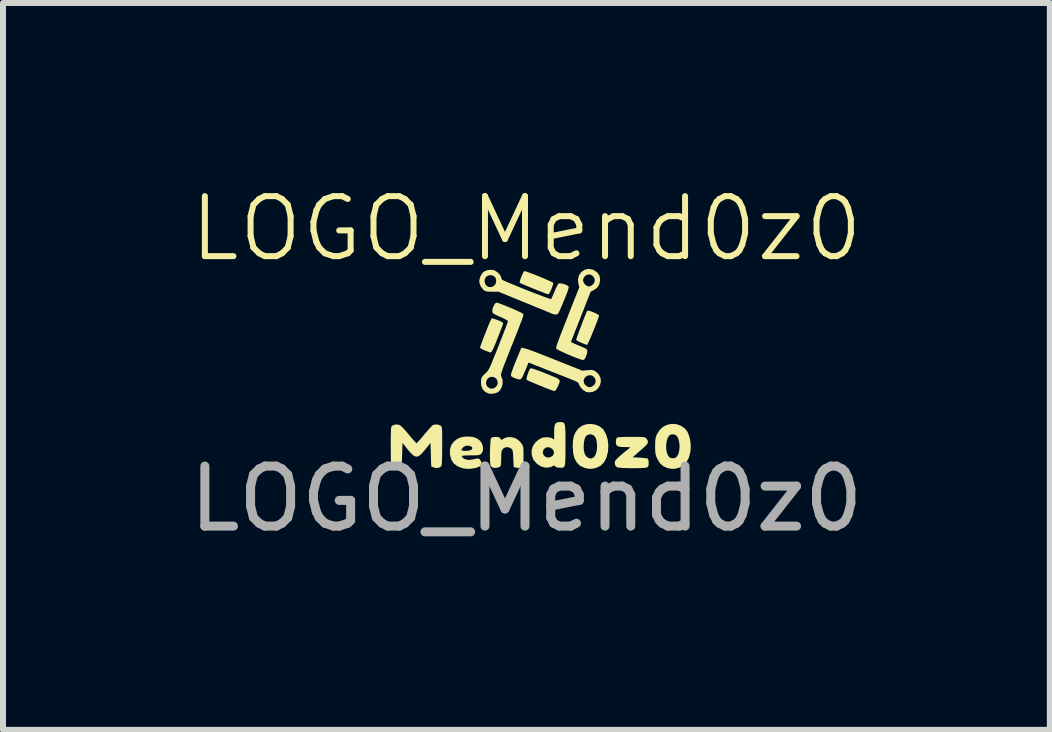
<source format=kicad_pcb>
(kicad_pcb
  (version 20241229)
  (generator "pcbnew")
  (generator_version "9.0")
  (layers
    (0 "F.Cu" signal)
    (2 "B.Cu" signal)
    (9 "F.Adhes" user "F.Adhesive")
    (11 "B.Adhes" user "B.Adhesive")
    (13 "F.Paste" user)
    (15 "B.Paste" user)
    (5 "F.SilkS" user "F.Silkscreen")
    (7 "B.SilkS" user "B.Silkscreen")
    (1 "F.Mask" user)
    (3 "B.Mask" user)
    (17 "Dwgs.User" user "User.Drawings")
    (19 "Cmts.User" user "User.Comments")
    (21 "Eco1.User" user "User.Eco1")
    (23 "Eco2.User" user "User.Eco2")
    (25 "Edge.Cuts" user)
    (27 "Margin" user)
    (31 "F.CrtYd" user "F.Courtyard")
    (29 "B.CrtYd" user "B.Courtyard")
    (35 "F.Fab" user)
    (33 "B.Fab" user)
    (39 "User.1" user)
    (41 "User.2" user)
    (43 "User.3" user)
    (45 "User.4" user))
  (footprint "LOGO_Mend0z0"
    (layer "F.Cu")
    (at 5.72 2.76)
    (property "Reference" "LOGO_Mend0z0" (at 0 -2 0) (unlocked yes) (layer "F.SilkS") (effects (font (size 1 1) (thickness 0.1))))
    (fp_poly (pts (xy 0.118 0.336) (xy 0.175 0.355) (xy 0.254 0.385) (xy 0.322 0.412) (xy 0.405 0.445) (xy 0.467 0.471) (xy 0.511 0.491) (xy 0.539 0.509) (xy 0.552 0.527) (xy 0.554 0.548) (xy 0.547 0.574) (xy 0.532 0.607) (xy 0.519 0.637) (xy 0.496 0.68) (xy 0.476 0.702) (xy 0.466 0.704) (xy 0.447 0.7) (xy 0.409 0.686) (xy 0.357 0.667) (xy 0.293 0.642) (xy 0.229 0.616) (xy 0.161 0.588) (xy 0.1 0.562) (xy 0.051 0.541) (xy 0.017 0.525) (xy 0.004 0.517) (xy 0.002 0.501) (xy 0.008 0.468) (xy 0.02 0.427) (xy 0.035 0.386) (xy 0.05 0.35) (xy 0.064 0.328) (xy 0.066 0.327) (xy 0.082 0.326)) (stroke (width 0) (type solid)) (fill yes) (layer "F.SilkS"))
    (fp_poly (pts (xy -0.019 -1.291) (xy 0.015 -1.28) (xy 0.064 -1.262) (xy 0.123 -1.24) (xy 0.187 -1.214) (xy 0.253 -1.187) (xy 0.315 -1.161) (xy 0.37 -1.137) (xy 0.413 -1.117) (xy 0.44 -1.103) (xy 0.447 -1.097) (xy 0.444 -1.079) (xy 0.435 -1.045) (xy 0.419 -1.002) (xy 0.417 -0.995) (xy 0.393 -0.943) (xy 0.374 -0.914) (xy 0.362 -0.908) (xy 0.344 -0.913) (xy 0.308 -0.926) (xy 0.256 -0.946) (xy 0.192 -0.971) (xy 0.121 -0.999) (xy 0.119 -1) (xy 0.049 -1.029) (xy -0.013 -1.054) (xy -0.063 -1.076) (xy -0.097 -1.091) (xy -0.112 -1.099) (xy -0.112 -1.099) (xy -0.112 -1.114) (xy -0.104 -1.145) (xy -0.09 -1.185) (xy -0.073 -1.226) (xy -0.056 -1.263) (xy -0.042 -1.287) (xy -0.036 -1.293)) (stroke (width 0) (type solid)) (fill yes) (layer "F.SilkS"))
    (fp_poly (pts (xy 1.063 -0.627) (xy 1.102 -0.613) (xy 1.144 -0.595) (xy 1.18 -0.577) (xy 1.204 -0.561) (xy 1.21 -0.552) (xy 1.204 -0.531) (xy 1.191 -0.493) (xy 1.172 -0.441) (xy 1.149 -0.381) (xy 1.123 -0.316) (xy 1.096 -0.251) (xy 1.071 -0.19) (xy 1.047 -0.136) (xy 1.028 -0.095) (xy 1.015 -0.07) (xy 1.011 -0.064) (xy 0.993 -0.069) (xy 0.959 -0.082) (xy 0.917 -0.099) (xy 0.916 -0.099) (xy 0.875 -0.118) (xy 0.844 -0.135) (xy 0.83 -0.147) (xy 0.83 -0.148) (xy 0.833 -0.163) (xy 0.844 -0.197) (xy 0.861 -0.245) (xy 0.882 -0.304) (xy 0.907 -0.369) (xy 0.932 -0.435) (xy 0.956 -0.498) (xy 0.979 -0.554) (xy 0.997 -0.598) (xy 1.01 -0.626) (xy 1.015 -0.634) (xy 1.031 -0.635)) (stroke (width 0) (type solid)) (fill yes) (layer "F.SilkS"))
    (fp_poly (pts (xy -0.564 -0.505) (xy -0.531 -0.496) (xy -0.487 -0.48) (xy -0.475 -0.476) (xy -0.429 -0.456) (xy -0.402 -0.441) (xy -0.39 -0.429) (xy -0.389 -0.416) (xy -0.39 -0.411) (xy -0.397 -0.391) (xy -0.412 -0.352) (xy -0.433 -0.298) (xy -0.458 -0.233) (xy -0.486 -0.161) (xy -0.486 -0.161) (xy -0.52 -0.077) (xy -0.546 -0.016) (xy -0.566 0.026) (xy -0.581 0.051) (xy -0.592 0.061) (xy -0.595 0.062) (xy -0.617 0.057) (xy -0.653 0.044) (xy -0.694 0.028) (xy -0.734 0.01) (xy -0.762 -0.006) (xy -0.773 -0.018) (xy -0.769 -0.035) (xy -0.756 -0.071) (xy -0.738 -0.121) (xy -0.716 -0.18) (xy -0.69 -0.245) (xy -0.664 -0.311) (xy -0.639 -0.374) (xy -0.616 -0.429) (xy -0.597 -0.472) (xy -0.585 -0.499) (xy -0.581 -0.506)) (stroke (width 0) (type solid)) (fill yes) (layer "F.SilkS"))
    (fp_poly (pts (xy 1.145 1.263) (xy 1.214 1.29) (xy 1.271 1.334) (xy 1.286 1.352) (xy 1.327 1.425) (xy 1.354 1.512) (xy 1.365 1.609) (xy 1.359 1.708) (xy 1.356 1.726) (xy 1.331 1.82) (xy 1.291 1.894) (xy 1.237 1.948) (xy 1.169 1.982) (xy 1.162 1.985) (xy 1.094 2) (xy 1.032 1.999) (xy 0.965 1.984) (xy 0.895 1.951) (xy 0.841 1.899) (xy 0.802 1.829) (xy 0.779 1.74) (xy 0.771 1.63) (xy 0.771 1.619) (xy 0.771 1.618) (xy 0.954 1.618) (xy 0.956 1.68) (xy 0.959 1.707) (xy 0.975 1.761) (xy 1.004 1.8) (xy 1.04 1.823) (xy 1.08 1.828) (xy 1.118 1.811) (xy 1.129 1.802) (xy 1.153 1.763) (xy 1.17 1.707) (xy 1.177 1.641) (xy 1.175 1.574) (xy 1.164 1.512) (xy 1.15 1.477) (xy 1.12 1.442) (xy 1.079 1.426) (xy 1.036 1.428) (xy 0.998 1.45) (xy 0.984 1.468) (xy 0.969 1.504) (xy 0.959 1.557) (xy 0.954 1.618) (xy 0.771 1.618) (xy 0.776 1.526) (xy 0.791 1.451) (xy 0.82 1.388) (xy 0.862 1.332) (xy 0.868 1.326) (xy 0.926 1.283) (xy 0.995 1.259) (xy 1.07 1.252)) (stroke (width 0) (type solid)) (fill yes) (layer "F.SilkS"))
    (fp_poly (pts (xy 2.499 1.256) (xy 2.574 1.283) (xy 2.644 1.332) (xy 2.644 1.333) (xy 2.682 1.382) (xy 2.71 1.45) (xy 2.729 1.529) (xy 2.738 1.615) (xy 2.734 1.7) (xy 2.73 1.726) (xy 2.704 1.82) (xy 2.664 1.894) (xy 2.611 1.948) (xy 2.543 1.982) (xy 2.535 1.985) (xy 2.467 2) (xy 2.405 1.999) (xy 2.339 1.984) (xy 2.276 1.954) (xy 2.225 1.908) (xy 2.183 1.84) (xy 2.177 1.828) (xy 2.162 1.792) (xy 2.152 1.758) (xy 2.147 1.72) (xy 2.145 1.668) (xy 2.144 1.625) (xy 2.145 1.599) (xy 2.328 1.599) (xy 2.328 1.661) (xy 2.337 1.72) (xy 2.354 1.771) (xy 2.381 1.807) (xy 2.386 1.811) (xy 2.423 1.825) (xy 2.466 1.822) (xy 2.502 1.803) (xy 2.502 1.802) (xy 2.528 1.762) (xy 2.545 1.703) (xy 2.551 1.634) (xy 2.55 1.593) (xy 2.537 1.517) (xy 2.514 1.464) (xy 2.479 1.433) (xy 2.434 1.425) (xy 2.407 1.429) (xy 2.376 1.449) (xy 2.353 1.488) (xy 2.336 1.54) (xy 2.328 1.599) (xy 2.145 1.599) (xy 2.145 1.561) (xy 2.148 1.513) (xy 2.155 1.476) (xy 2.167 1.442) (xy 2.174 1.426) (xy 2.219 1.354) (xy 2.278 1.3) (xy 2.347 1.266) (xy 2.422 1.251)) (stroke (width 0) (type solid)) (fill yes) (layer "F.SilkS"))
    (fp_poly (pts (xy -0.472 1.471) (xy -0.446 1.483) (xy -0.434 1.495) (xy -0.412 1.521) (xy -0.377 1.495) (xy -0.331 1.476) (xy -0.273 1.471) (xy -0.213 1.48) (xy -0.172 1.496) (xy -0.135 1.522) (xy -0.099 1.558) (xy -0.086 1.574) (xy -0.071 1.596) (xy -0.061 1.616) (xy -0.054 1.638) (xy -0.051 1.668) (xy -0.049 1.712) (xy -0.049 1.773) (xy -0.049 1.799) (xy -0.049 1.97) (xy -0.09 1.981) (xy -0.132 1.985) (xy -0.171 1.981) (xy -0.212 1.97) (xy -0.219 1.828) (xy -0.222 1.766) (xy -0.226 1.723) (xy -0.231 1.696) (xy -0.239 1.678) (xy -0.251 1.665) (xy -0.255 1.662) (xy -0.297 1.641) (xy -0.343 1.64) (xy -0.382 1.659) (xy -0.394 1.671) (xy -0.407 1.69) (xy -0.414 1.714) (xy -0.419 1.748) (xy -0.42 1.798) (xy -0.42 1.827) (xy -0.422 1.892) (xy -0.426 1.935) (xy -0.433 1.959) (xy -0.437 1.964) (xy -0.468 1.978) (xy -0.511 1.985) (xy -0.554 1.983) (xy -0.556 1.982) (xy -0.583 1.966) (xy -0.598 1.943) (xy -0.603 1.917) (xy -0.606 1.873) (xy -0.608 1.816) (xy -0.608 1.751) (xy -0.607 1.683) (xy -0.604 1.618) (xy -0.6 1.561) (xy -0.596 1.516) (xy -0.59 1.49) (xy -0.588 1.485) (xy -0.567 1.476) (xy -0.531 1.47) (xy -0.514 1.469)) (stroke (width 0) (type solid)) (fill yes) (layer "F.SilkS"))
    (fp_poly (pts (xy 1.827 1.468) (xy 1.888 1.469) (xy 1.93 1.471) (xy 1.959 1.474) (xy 1.978 1.479) (xy 1.991 1.487) (xy 1.997 1.492) (xy 2.018 1.524) (xy 2.024 1.551) (xy 2.021 1.569) (xy 2.01 1.589) (xy 1.987 1.615) (xy 1.951 1.649) (xy 1.898 1.696) (xy 1.897 1.697) (xy 1.769 1.808) (xy 1.887 1.814) (xy 1.941 1.818) (xy 1.985 1.823) (xy 2.014 1.828) (xy 2.021 1.831) (xy 2.031 1.849) (xy 2.036 1.885) (xy 2.037 1.904) (xy 2.035 1.942) (xy 2.028 1.963) (xy 2.013 1.975) (xy 2.004 1.978) (xy 1.979 1.983) (xy 1.934 1.987) (xy 1.875 1.989) (xy 1.807 1.99) (xy 1.735 1.99) (xy 1.666 1.988) (xy 1.603 1.986) (xy 1.552 1.982) (xy 1.519 1.978) (xy 1.51 1.975) (xy 1.483 1.949) (xy 1.471 1.909) (xy 1.475 1.874) (xy 1.488 1.855) (xy 1.518 1.823) (xy 1.562 1.783) (xy 1.617 1.736) (xy 1.679 1.686) (xy 1.717 1.656) (xy 1.726 1.648) (xy 1.722 1.642) (xy 1.702 1.64) (xy 1.661 1.638) (xy 1.639 1.638) (xy 1.574 1.636) (xy 1.531 1.628) (xy 1.505 1.612) (xy 1.493 1.586) (xy 1.49 1.55) (xy 1.494 1.513) (xy 1.503 1.487) (xy 1.506 1.483) (xy 1.523 1.477) (xy 1.561 1.472) (xy 1.621 1.469) (xy 1.704 1.468) (xy 1.746 1.468)) (stroke (width 0) (type solid)) (fill yes) (layer "F.SilkS"))
    (fp_poly (pts (xy -0.892 1.469) (xy -0.826 1.492) (xy -0.775 1.531) (xy -0.751 1.561) (xy -0.729 1.611) (xy -0.722 1.664) (xy -0.729 1.713) (xy -0.752 1.749) (xy -0.767 1.761) (xy -0.784 1.769) (xy -0.81 1.773) (xy -0.849 1.776) (xy -0.907 1.776) (xy -0.928 1.776) (xy -0.993 1.777) (xy -1.036 1.779) (xy -1.061 1.783) (xy -1.073 1.789) (xy -1.075 1.795) (xy -1.064 1.815) (xy -1.036 1.833) (xy -0.999 1.847) (xy -0.964 1.852) (xy -0.929 1.849) (xy -0.884 1.842) (xy -0.861 1.837) (xy -0.822 1.829) (xy -0.799 1.829) (xy -0.784 1.837) (xy -0.771 1.851) (xy -0.749 1.892) (xy -0.751 1.928) (xy -0.776 1.958) (xy -0.823 1.98) (xy -0.869 1.991) (xy -0.936 2) (xy -0.99 2.001) (xy -1.041 1.994) (xy -1.077 1.986) (xy -1.156 1.954) (xy -1.215 1.906) (xy -1.254 1.842) (xy -1.273 1.764) (xy -1.275 1.751) (xy -1.273 1.686) (xy -1.083 1.686) (xy -1.082 1.688) (xy -1.064 1.697) (xy -1.03 1.701) (xy -0.99 1.7) (xy -0.95 1.695) (xy -0.922 1.685) (xy -0.917 1.683) (xy -0.901 1.661) (xy -0.907 1.64) (xy -0.932 1.623) (xy -0.97 1.615) (xy -1.011 1.617) (xy -1.044 1.634) (xy -1.055 1.644) (xy -1.075 1.667) (xy -1.083 1.686) (xy -1.273 1.686) (xy -1.273 1.675) (xy -1.255 1.612) (xy -1.218 1.558) (xy -1.211 1.55) (xy -1.156 1.504) (xy -1.093 1.476) (xy -1.018 1.463) (xy -0.975 1.462)) (stroke (width 0) (type solid)) (fill yes) (layer "F.SilkS"))
    (fp_poly (pts (xy 0.583 1.222) (xy 0.604 1.225) (xy 0.62 1.232) (xy 0.632 1.247) (xy 0.64 1.272) (xy 0.646 1.31) (xy 0.649 1.363) (xy 0.65 1.434) (xy 0.651 1.526) (xy 0.651 1.606) (xy 0.651 1.713) (xy 0.65 1.798) (xy 0.648 1.862) (xy 0.645 1.91) (xy 0.639 1.943) (xy 0.63 1.964) (xy 0.616 1.976) (xy 0.599 1.981) (xy 0.575 1.982) (xy 0.554 1.982) (xy 0.509 1.978) (xy 0.483 1.964) (xy 0.479 1.959) (xy 0.463 1.944) (xy 0.446 1.95) (xy 0.444 1.952) (xy 0.406 1.971) (xy 0.355 1.98) (xy 0.3 1.978) (xy 0.294 1.977) (xy 0.234 1.956) (xy 0.176 1.917) (xy 0.128 1.865) (xy 0.113 1.841) (xy 0.088 1.768) (xy 0.087 1.726) (xy 0.273 1.726) (xy 0.283 1.767) (xy 0.311 1.797) (xy 0.349 1.812) (xy 0.391 1.81) (xy 0.43 1.789) (xy 0.433 1.787) (xy 0.457 1.75) (xy 0.457 1.71) (xy 0.433 1.671) (xy 0.431 1.669) (xy 0.392 1.645) (xy 0.351 1.64) (xy 0.313 1.653) (xy 0.285 1.681) (xy 0.273 1.722) (xy 0.273 1.726) (xy 0.087 1.726) (xy 0.086 1.694) (xy 0.107 1.624) (xy 0.149 1.561) (xy 0.202 1.515) (xy 0.245 1.49) (xy 0.282 1.478) (xy 0.329 1.474) (xy 0.334 1.474) (xy 0.388 1.478) (xy 0.427 1.49) (xy 0.434 1.494) (xy 0.462 1.513) (xy 0.462 1.396) (xy 0.463 1.326) (xy 0.47 1.277) (xy 0.484 1.246) (xy 0.506 1.229) (xy 0.54 1.223) (xy 0.556 1.222)) (stroke (width 0) (type solid)) (fill yes) (layer "F.SilkS"))
    (fp_poly (pts (xy 1.104 -1.318) (xy 1.126 -1.308) (xy 1.182 -1.269) (xy 1.216 -1.219) (xy 1.227 -1.157) (xy 1.226 -1.13) (xy 1.211 -1.065) (xy 1.177 -1.015) (xy 1.121 -0.977) (xy 1.121 -0.976) (xy 1.07 -0.951) (xy 0.908 -0.537) (xy 0.87 -0.441) (xy 0.835 -0.352) (xy 0.804 -0.273) (xy 0.778 -0.208) (xy 0.759 -0.158) (xy 0.746 -0.126) (xy 0.742 -0.115) (xy 0.752 -0.108) (xy 0.78 -0.093) (xy 0.823 -0.074) (xy 0.862 -0.058) (xy 0.914 -0.036) (xy 0.959 -0.017) (xy 0.99 -0.002) (xy 1 0.004) (xy 1.014 0.03) (xy 1.011 0.074) (xy 0.991 0.131) (xy 0.973 0.167) (xy 0.956 0.184) (xy 0.938 0.188) (xy 0.917 0.182) (xy 0.877 0.169) (xy 0.824 0.149) (xy 0.76 0.124) (xy 0.71 0.103) (xy 0.643 0.074) (xy 0.585 0.047) (xy 0.539 0.025) (xy 0.509 0.008) (xy 0.5 0) (xy 0.497 -0.007) (xy 0.496 -0.016) (xy 0.498 -0.029) (xy 0.503 -0.049) (xy 0.511 -0.077) (xy 0.525 -0.115) (xy 0.544 -0.166) (xy 0.569 -0.232) (xy 0.601 -0.314) (xy 0.64 -0.414) (xy 0.688 -0.535) (xy 0.707 -0.585) (xy 0.881 -1.025) (xy 0.866 -1.085) (xy 0.862 -1.12) (xy 0.945 -1.12) (xy 0.97 -1.078) (xy 0.979 -1.069) (xy 1.018 -1.041) (xy 1.058 -1.039) (xy 1.098 -1.062) (xy 1.114 -1.078) (xy 1.138 -1.12) (xy 1.137 -1.163) (xy 1.113 -1.205) (xy 1.074 -1.233) (xy 1.03 -1.239) (xy 0.989 -1.222) (xy 0.97 -1.205) (xy 0.945 -1.162) (xy 0.945 -1.12) (xy 0.862 -1.12) (xy 0.858 -1.157) (xy 0.874 -1.221) (xy 0.912 -1.275) (xy 0.921 -1.283) (xy 0.978 -1.319) (xy 1.04 -1.331)) (stroke (width 0) (type solid)) (fill yes) (layer "F.SilkS"))
    (fp_poly (pts (xy -0.06 -0.014) (xy -0.034 -0.008) (xy 0.004 0.003) (xy 0.055 0.02) (xy 0.122 0.045) (xy 0.206 0.077) (xy 0.31 0.117) (xy 0.435 0.167) (xy 0.454 0.175) (xy 0.932 0.365) (xy 1.021 0.357) (xy 1.071 0.354) (xy 1.104 0.356) (xy 1.129 0.365) (xy 1.155 0.38) (xy 1.205 0.427) (xy 1.233 0.483) (xy 1.241 0.544) (xy 1.227 0.604) (xy 1.192 0.661) (xy 1.154 0.696) (xy 1.109 0.717) (xy 1.055 0.726) (xy 1.005 0.722) (xy 0.991 0.717) (xy 0.943 0.687) (xy 0.902 0.643) (xy 0.877 0.597) (xy 0.87 0.58) (xy 0.859 0.565) (xy 0.84 0.552) (xy 0.817 0.54) (xy 0.953 0.54) (xy 0.965 0.586) (xy 1 0.622) (xy 1.01 0.627) (xy 1.046 0.641) (xy 1.081 0.635) (xy 1.096 0.628) (xy 1.136 0.595) (xy 1.153 0.553) (xy 1.148 0.508) (xy 1.129 0.474) (xy 1.094 0.447) (xy 1.053 0.44) (xy 1.013 0.45) (xy 0.979 0.474) (xy 0.957 0.511) (xy 0.953 0.54) (xy 0.817 0.54) (xy 0.809 0.536) (xy 0.762 0.516) (xy 0.703 0.493) (xy 0.64 0.468) (xy 0.561 0.437) (xy 0.471 0.402) (xy 0.379 0.366) (xy 0.291 0.331) (xy 0.289 0.33) (xy 0.035 0.23) (xy -0.017 0.358) (xy -0.045 0.423) (xy -0.066 0.469) (xy -0.084 0.497) (xy -0.102 0.51) (xy -0.124 0.512) (xy -0.153 0.504) (xy -0.175 0.497) (xy -0.215 0.48) (xy -0.246 0.463) (xy -0.257 0.452) (xy -0.258 0.435) (xy -0.251 0.403) (xy -0.234 0.353) (xy -0.208 0.284) (xy -0.179 0.212) (xy -0.151 0.143) (xy -0.126 0.083) (xy -0.106 0.034) (xy -0.092 0.002) (xy -0.086 -0.011) (xy -0.086 -0.011) (xy -0.077 -0.015)) (stroke (width 0) (type solid)) (fill yes) (layer "F.SilkS"))
    (fp_poly (pts (xy -1.464 1.266) (xy -1.431 1.28) (xy -1.422 1.286) (xy -1.416 1.295) (xy -1.411 1.308) (xy -1.407 1.33) (xy -1.405 1.362) (xy -1.404 1.409) (xy -1.403 1.473) (xy -1.403 1.557) (xy -1.403 1.614) (xy -1.404 1.713) (xy -1.405 1.799) (xy -1.407 1.868) (xy -1.41 1.919) (xy -1.414 1.948) (xy -1.416 1.953) (xy -1.44 1.975) (xy -1.478 1.986) (xy -1.521 1.985) (xy -1.55 1.976) (xy -1.586 1.959) (xy -1.592 1.764) (xy -1.598 1.569) (xy -1.68 1.672) (xy -1.718 1.717) (xy -1.754 1.755) (xy -1.784 1.781) (xy -1.797 1.79) (xy -1.828 1.798) (xy -1.859 1.792) (xy -1.893 1.77) (xy -1.933 1.73) (xy -1.983 1.672) (xy -2.064 1.569) (xy -2.071 1.764) (xy -2.073 1.837) (xy -2.076 1.89) (xy -2.079 1.926) (xy -2.083 1.948) (xy -2.09 1.961) (xy -2.1 1.97) (xy -2.109 1.974) (xy -2.142 1.987) (xy -2.176 1.987) (xy -2.203 1.982) (xy -2.22 1.977) (xy -2.233 1.968) (xy -2.243 1.954) (xy -2.25 1.93) (xy -2.255 1.895) (xy -2.258 1.845) (xy -2.259 1.777) (xy -2.26 1.689) (xy -2.26 1.617) (xy -2.26 1.52) (xy -2.259 1.444) (xy -2.258 1.388) (xy -2.257 1.347) (xy -2.254 1.32) (xy -2.25 1.302) (xy -2.245 1.291) (xy -2.237 1.283) (xy -2.232 1.28) (xy -2.187 1.262) (xy -2.135 1.264) (xy -2.106 1.274) (xy -2.088 1.288) (xy -2.058 1.318) (xy -2.019 1.36) (xy -1.976 1.41) (xy -1.959 1.431) (xy -1.917 1.482) (xy -1.88 1.524) (xy -1.851 1.556) (xy -1.835 1.573) (xy -1.831 1.575) (xy -1.821 1.566) (xy -1.797 1.54) (xy -1.763 1.502) (xy -1.723 1.455) (xy -1.7 1.427) (xy -1.655 1.375) (xy -1.615 1.329) (xy -1.583 1.295) (xy -1.562 1.274) (xy -1.556 1.27) (xy -1.511 1.261)) (stroke (width 0) (type solid)) (fill yes) (layer "F.SilkS"))
    (fp_poly (pts (xy -0.547 -1.311) (xy -0.509 -1.293) (xy -0.47 -1.263) (xy -0.439 -1.229) (xy -0.422 -1.196) (xy -0.42 -1.185) (xy -0.412 -1.159) (xy -0.405 -1.149) (xy -0.387 -1.14) (xy -0.35 -1.123) (xy -0.297 -1.1) (xy -0.231 -1.073) (xy -0.156 -1.042) (xy -0.075 -1.009) (xy 0.01 -0.975) (xy 0.094 -0.942) (xy 0.175 -0.911) (xy 0.249 -0.883) (xy 0.313 -0.859) (xy 0.363 -0.841) (xy 0.397 -0.83) (xy 0.411 -0.827) (xy 0.411 -0.827) (xy 0.42 -0.843) (xy 0.435 -0.876) (xy 0.455 -0.922) (xy 0.468 -0.954) (xy 0.49 -1.005) (xy 0.511 -1.048) (xy 0.527 -1.077) (xy 0.533 -1.086) (xy 0.555 -1.09) (xy 0.591 -1.086) (xy 0.633 -1.075) (xy 0.671 -1.06) (xy 0.698 -1.043) (xy 0.7 -1.04) (xy 0.704 -1.029) (xy 0.701 -1.008) (xy 0.692 -0.975) (xy 0.675 -0.927) (xy 0.649 -0.861) (xy 0.623 -0.798) (xy 0.591 -0.72) (xy 0.566 -0.662) (xy 0.547 -0.621) (xy 0.532 -0.595) (xy 0.52 -0.58) (xy 0.509 -0.573) (xy 0.499 -0.571) (xy 0.467 -0.572) (xy 0.449 -0.576) (xy 0.433 -0.582) (xy 0.397 -0.597) (xy 0.343 -0.619) (xy 0.274 -0.648) (xy 0.191 -0.681) (xy 0.099 -0.719) (xy -0.000431 -0.76) (xy -0.017 -0.766) (xy -0.464 -0.95) (xy -0.574 -0.95) (xy -0.628 -0.952) (xy -0.664 -0.955) (xy -0.688 -0.962) (xy -0.707 -0.974) (xy -0.717 -0.983) (xy -0.762 -1.039) (xy -0.783 -1.101) (xy -0.785 -1.128) (xy -0.697 -1.128) (xy -0.687 -1.079) (xy -0.661 -1.045) (xy -0.623 -1.027) (xy -0.58 -1.028) (xy -0.537 -1.051) (xy -0.528 -1.059) (xy -0.509 -1.092) (xy -0.504 -1.136) (xy -0.512 -1.176) (xy -0.521 -1.191) (xy -0.56 -1.22) (xy -0.608 -1.226) (xy -0.634 -1.22) (xy -0.674 -1.196) (xy -0.694 -1.157) (xy -0.697 -1.128) (xy -0.785 -1.128) (xy -0.786 -1.13) (xy -0.776 -1.18) (xy -0.753 -1.232) (xy -0.721 -1.274) (xy -0.712 -1.282) (xy -0.663 -1.306) (xy -0.604 -1.316)) (stroke (width 0) (type solid)) (fill yes) (layer "F.SilkS"))
    (fp_poly (pts (xy -0.477 -0.764) (xy -0.438 -0.75) (xy -0.387 -0.731) (xy -0.327 -0.707) (xy -0.263 -0.68) (xy -0.201 -0.654) (xy -0.144 -0.628) (xy -0.099 -0.607) (xy -0.069 -0.591) (xy -0.059 -0.584) (xy -0.055 -0.579) (xy -0.052 -0.574) (xy -0.05 -0.566) (xy -0.052 -0.555) (xy -0.056 -0.538) (xy -0.064 -0.512) (xy -0.077 -0.476) (xy -0.096 -0.428) (xy -0.12 -0.365) (xy -0.151 -0.285) (xy -0.19 -0.187) (xy -0.237 -0.069) (xy -0.257 -0.02) (xy -0.302 0.094) (xy -0.339 0.188) (xy -0.368 0.263) (xy -0.391 0.322) (xy -0.406 0.366) (xy -0.417 0.399) (xy -0.423 0.423) (xy -0.424 0.439) (xy -0.423 0.451) (xy -0.419 0.461) (xy -0.416 0.467) (xy -0.397 0.521) (xy -0.396 0.582) (xy -0.412 0.643) (xy -0.442 0.694) (xy -0.473 0.723) (xy -0.511 0.739) (xy -0.561 0.749) (xy -0.608 0.75) (xy -0.628 0.747) (xy -0.687 0.719) (xy -0.729 0.674) (xy -0.753 0.614) (xy -0.755 0.583) (xy -0.673 0.583) (xy -0.657 0.623) (xy -0.639 0.642) (xy -0.595 0.665) (xy -0.552 0.662) (xy -0.523 0.648) (xy -0.491 0.613) (xy -0.478 0.571) (xy -0.484 0.53) (xy -0.506 0.495) (xy -0.543 0.472) (xy -0.577 0.467) (xy -0.62 0.477) (xy -0.652 0.504) (xy -0.67 0.542) (xy -0.673 0.583) (xy -0.755 0.583) (xy -0.757 0.543) (xy -0.753 0.504) (xy -0.743 0.476) (xy -0.725 0.451) (xy -0.692 0.419) (xy -0.689 0.416) (xy -0.671 0.4) (xy -0.657 0.385) (xy -0.643 0.366) (xy -0.628 0.343) (xy -0.612 0.312) (xy -0.593 0.271) (xy -0.57 0.216) (xy -0.542 0.146) (xy -0.506 0.058) (xy -0.466 -0.043) (xy -0.429 -0.138) (xy -0.394 -0.226) (xy -0.364 -0.304) (xy -0.339 -0.369) (xy -0.321 -0.419) (xy -0.31 -0.45) (xy -0.307 -0.46) (xy -0.318 -0.471) (xy -0.347 -0.488) (xy -0.391 -0.51) (xy -0.436 -0.531) (xy -0.493 -0.556) (xy -0.531 -0.575) (xy -0.554 -0.59) (xy -0.565 -0.604) (xy -0.569 -0.618) (xy -0.566 -0.653) (xy -0.555 -0.693) (xy -0.537 -0.73) (xy -0.517 -0.758) (xy -0.498 -0.769)) (stroke (width 0) (type solid)) (fill yes) (layer "F.SilkS"))
    (fp_text user "${REFERENCE}" (at 0 2.5 0) (unlocked yes) (layer "F.Fab") (effects (font (size 1 1) (thickness 0.15)))))
  (gr_rect
    (start -3 -3)
    (end 14.44 9.109)
    (stroke (width 0.1) (type default))
    (fill no)
    (layer "Edge.Cuts")))
</source>
